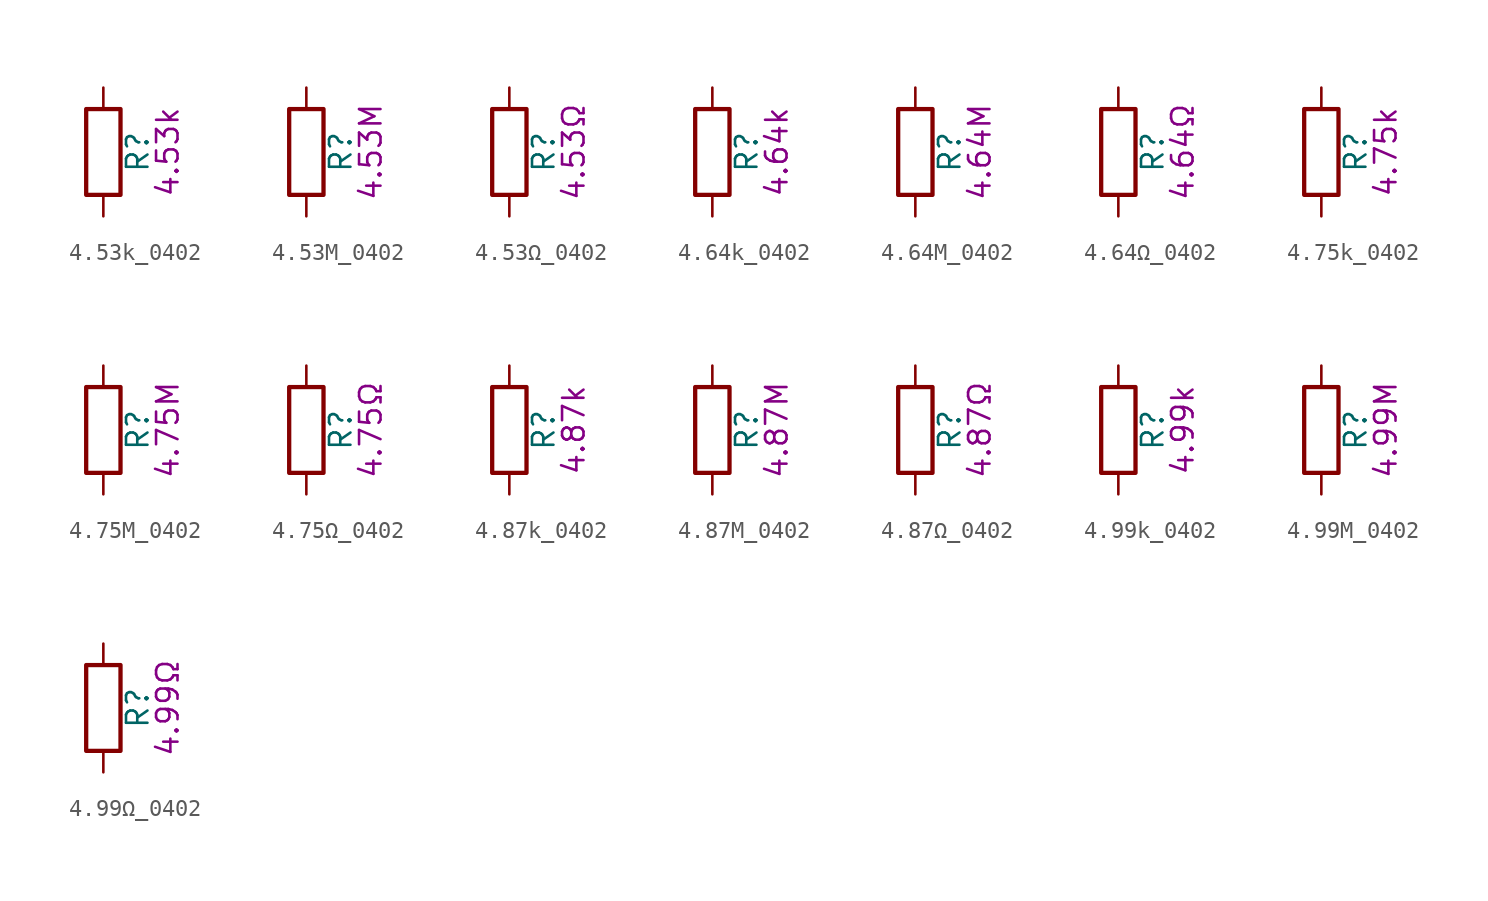
<source format=kicad_sym>
(kicad_symbol_lib
  (version 20211014)
  (generator kicad_symbol_editor)
  (symbol "4.53k_0402"
    (pin_numbers hide)
    (pin_names
      (offset 0))
    (property "Reference" "R"
      (at 2.032 0 90)
      (effects (font (size 1.27 1.27))))
    (property "Display" "4.53k"
      (at 3.81 0 90)
      (effects (font (size 1.27 1.27))))
    (symbol "4.53k_0402_0_1"
      (rectangle (start -1.016 -2.54) (end 1.016 2.54) (stroke (width 0.254) (type default) (color 0 0 0 0)) (fill (type none))))
    (symbol "4.53k_0402_1_1"
      (pin passive line (at 0 3.81 270) (length 1.27) (name "~" (effects (font (size 1.27 1.27)))) (number "1" (effects (font (size 1.27 1.27)))))
      (pin passive line (at 0 -3.81 90) (length 1.27) (name "~" (effects (font (size 1.27 1.27)))) (number "2" (effects (font (size 1.27 1.27)))))))
  (symbol "4.53M_0402"
    (pin_numbers hide)
    (pin_names
      (offset 0))
    (property "Reference" "R"
      (at 2.032 0 90)
      (effects (font (size 1.27 1.27))))
    (property "Display" "4.53M"
      (at 3.81 0 90)
      (effects (font (size 1.27 1.27))))
    (symbol "4.53M_0402_0_1"
      (rectangle (start -1.016 -2.54) (end 1.016 2.54) (stroke (width 0.254) (type default) (color 0 0 0 0)) (fill (type none))))
    (symbol "4.53M_0402_1_1"
      (pin passive line (at 0 3.81 270) (length 1.27) (name "~" (effects (font (size 1.27 1.27)))) (number "1" (effects (font (size 1.27 1.27)))))
      (pin passive line (at 0 -3.81 90) (length 1.27) (name "~" (effects (font (size 1.27 1.27)))) (number "2" (effects (font (size 1.27 1.27)))))))
  (symbol "4.53Ω_0402"
    (pin_numbers hide)
    (pin_names
      (offset 0))
    (property "Reference" "R"
      (at 2.032 0 90)
      (effects (font (size 1.27 1.27))))
    (property "Display" "4.53Ω"
      (at 3.81 0 90)
      (effects (font (size 1.27 1.27))))
    (symbol "4.53Ω_0402_0_1"
      (rectangle (start -1.016 -2.54) (end 1.016 2.54) (stroke (width 0.254) (type default) (color 0 0 0 0)) (fill (type none))))
    (symbol "4.53Ω_0402_1_1"
      (pin passive line (at 0 3.81 270) (length 1.27) (name "~" (effects (font (size 1.27 1.27)))) (number "1" (effects (font (size 1.27 1.27)))))
      (pin passive line (at 0 -3.81 90) (length 1.27) (name "~" (effects (font (size 1.27 1.27)))) (number "2" (effects (font (size 1.27 1.27)))))))
  (symbol "4.64k_0402"
    (pin_numbers hide)
    (pin_names
      (offset 0))
    (property "Reference" "R"
      (at 2.032 0 90)
      (effects (font (size 1.27 1.27))))
    (property "Display" "4.64k"
      (at 3.81 0 90)
      (effects (font (size 1.27 1.27))))
    (symbol "4.64k_0402_0_1"
      (rectangle (start -1.016 -2.54) (end 1.016 2.54) (stroke (width 0.254) (type default) (color 0 0 0 0)) (fill (type none))))
    (symbol "4.64k_0402_1_1"
      (pin passive line (at 0 3.81 270) (length 1.27) (name "~" (effects (font (size 1.27 1.27)))) (number "1" (effects (font (size 1.27 1.27)))))
      (pin passive line (at 0 -3.81 90) (length 1.27) (name "~" (effects (font (size 1.27 1.27)))) (number "2" (effects (font (size 1.27 1.27)))))))
  (symbol "4.64M_0402"
    (pin_numbers hide)
    (pin_names
      (offset 0))
    (property "Reference" "R"
      (at 2.032 0 90)
      (effects (font (size 1.27 1.27))))
    (property "Display" "4.64M"
      (at 3.81 0 90)
      (effects (font (size 1.27 1.27))))
    (symbol "4.64M_0402_0_1"
      (rectangle (start -1.016 -2.54) (end 1.016 2.54) (stroke (width 0.254) (type default) (color 0 0 0 0)) (fill (type none))))
    (symbol "4.64M_0402_1_1"
      (pin passive line (at 0 3.81 270) (length 1.27) (name "~" (effects (font (size 1.27 1.27)))) (number "1" (effects (font (size 1.27 1.27)))))
      (pin passive line (at 0 -3.81 90) (length 1.27) (name "~" (effects (font (size 1.27 1.27)))) (number "2" (effects (font (size 1.27 1.27)))))))
  (symbol "4.64Ω_0402"
    (pin_numbers hide)
    (pin_names
      (offset 0))
    (property "Reference" "R"
      (at 2.032 0 90)
      (effects (font (size 1.27 1.27))))
    (property "Display" "4.64Ω"
      (at 3.81 0 90)
      (effects (font (size 1.27 1.27))))
    (symbol "4.64Ω_0402_0_1"
      (rectangle (start -1.016 -2.54) (end 1.016 2.54) (stroke (width 0.254) (type default) (color 0 0 0 0)) (fill (type none))))
    (symbol "4.64Ω_0402_1_1"
      (pin passive line (at 0 3.81 270) (length 1.27) (name "~" (effects (font (size 1.27 1.27)))) (number "1" (effects (font (size 1.27 1.27)))))
      (pin passive line (at 0 -3.81 90) (length 1.27) (name "~" (effects (font (size 1.27 1.27)))) (number "2" (effects (font (size 1.27 1.27)))))))
  (symbol "4.75k_0402"
    (pin_numbers hide)
    (pin_names
      (offset 0))
    (property "Reference" "R"
      (at 2.032 0 90)
      (effects (font (size 1.27 1.27))))
    (property "Display" "4.75k"
      (at 3.81 0 90)
      (effects (font (size 1.27 1.27))))
    (symbol "4.75k_0402_0_1"
      (rectangle (start -1.016 -2.54) (end 1.016 2.54) (stroke (width 0.254) (type default) (color 0 0 0 0)) (fill (type none))))
    (symbol "4.75k_0402_1_1"
      (pin passive line (at 0 3.81 270) (length 1.27) (name "~" (effects (font (size 1.27 1.27)))) (number "1" (effects (font (size 1.27 1.27)))))
      (pin passive line (at 0 -3.81 90) (length 1.27) (name "~" (effects (font (size 1.27 1.27)))) (number "2" (effects (font (size 1.27 1.27)))))))
  (symbol "4.75M_0402"
    (pin_numbers hide)
    (pin_names
      (offset 0))
    (property "Reference" "R"
      (at 2.032 0 90)
      (effects (font (size 1.27 1.27))))
    (property "Display" "4.75M"
      (at 3.81 0 90)
      (effects (font (size 1.27 1.27))))
    (symbol "4.75M_0402_0_1"
      (rectangle (start -1.016 -2.54) (end 1.016 2.54) (stroke (width 0.254) (type default) (color 0 0 0 0)) (fill (type none))))
    (symbol "4.75M_0402_1_1"
      (pin passive line (at 0 3.81 270) (length 1.27) (name "~" (effects (font (size 1.27 1.27)))) (number "1" (effects (font (size 1.27 1.27)))))
      (pin passive line (at 0 -3.81 90) (length 1.27) (name "~" (effects (font (size 1.27 1.27)))) (number "2" (effects (font (size 1.27 1.27)))))))
  (symbol "4.75Ω_0402"
    (pin_numbers hide)
    (pin_names
      (offset 0))
    (property "Reference" "R"
      (at 2.032 0 90)
      (effects (font (size 1.27 1.27))))
    (property "Display" "4.75Ω"
      (at 3.81 0 90)
      (effects (font (size 1.27 1.27))))
    (symbol "4.75Ω_0402_0_1"
      (rectangle (start -1.016 -2.54) (end 1.016 2.54) (stroke (width 0.254) (type default) (color 0 0 0 0)) (fill (type none))))
    (symbol "4.75Ω_0402_1_1"
      (pin passive line (at 0 3.81 270) (length 1.27) (name "~" (effects (font (size 1.27 1.27)))) (number "1" (effects (font (size 1.27 1.27)))))
      (pin passive line (at 0 -3.81 90) (length 1.27) (name "~" (effects (font (size 1.27 1.27)))) (number "2" (effects (font (size 1.27 1.27)))))))
  (symbol "4.87k_0402"
    (pin_numbers hide)
    (pin_names
      (offset 0))
    (property "Reference" "R"
      (at 2.032 0 90)
      (effects (font (size 1.27 1.27))))
    (property "Display" "4.87k"
      (at 3.81 0 90)
      (effects (font (size 1.27 1.27))))
    (symbol "4.87k_0402_0_1"
      (rectangle (start -1.016 -2.54) (end 1.016 2.54) (stroke (width 0.254) (type default) (color 0 0 0 0)) (fill (type none))))
    (symbol "4.87k_0402_1_1"
      (pin passive line (at 0 3.81 270) (length 1.27) (name "~" (effects (font (size 1.27 1.27)))) (number "1" (effects (font (size 1.27 1.27)))))
      (pin passive line (at 0 -3.81 90) (length 1.27) (name "~" (effects (font (size 1.27 1.27)))) (number "2" (effects (font (size 1.27 1.27)))))))
  (symbol "4.87M_0402"
    (pin_numbers hide)
    (pin_names
      (offset 0))
    (property "Reference" "R"
      (at 2.032 0 90)
      (effects (font (size 1.27 1.27))))
    (property "Display" "4.87M"
      (at 3.81 0 90)
      (effects (font (size 1.27 1.27))))
    (symbol "4.87M_0402_0_1"
      (rectangle (start -1.016 -2.54) (end 1.016 2.54) (stroke (width 0.254) (type default) (color 0 0 0 0)) (fill (type none))))
    (symbol "4.87M_0402_1_1"
      (pin passive line (at 0 3.81 270) (length 1.27) (name "~" (effects (font (size 1.27 1.27)))) (number "1" (effects (font (size 1.27 1.27)))))
      (pin passive line (at 0 -3.81 90) (length 1.27) (name "~" (effects (font (size 1.27 1.27)))) (number "2" (effects (font (size 1.27 1.27)))))))
  (symbol "4.87Ω_0402"
    (pin_numbers hide)
    (pin_names
      (offset 0))
    (property "Reference" "R"
      (at 2.032 0 90)
      (effects (font (size 1.27 1.27))))
    (property "Display" "4.87Ω"
      (at 3.81 0 90)
      (effects (font (size 1.27 1.27))))
    (symbol "4.87Ω_0402_0_1"
      (rectangle (start -1.016 -2.54) (end 1.016 2.54) (stroke (width 0.254) (type default) (color 0 0 0 0)) (fill (type none))))
    (symbol "4.87Ω_0402_1_1"
      (pin passive line (at 0 3.81 270) (length 1.27) (name "~" (effects (font (size 1.27 1.27)))) (number "1" (effects (font (size 1.27 1.27)))))
      (pin passive line (at 0 -3.81 90) (length 1.27) (name "~" (effects (font (size 1.27 1.27)))) (number "2" (effects (font (size 1.27 1.27)))))))
  (symbol "4.99k_0402"
    (pin_numbers hide)
    (pin_names
      (offset 0))
    (property "Reference" "R"
      (at 2.032 0 90)
      (effects (font (size 1.27 1.27))))
    (property "Display" "4.99k"
      (at 3.81 0 90)
      (effects (font (size 1.27 1.27))))
    (symbol "4.99k_0402_0_1"
      (rectangle (start -1.016 -2.54) (end 1.016 2.54) (stroke (width 0.254) (type default) (color 0 0 0 0)) (fill (type none))))
    (symbol "4.99k_0402_1_1"
      (pin passive line (at 0 3.81 270) (length 1.27) (name "~" (effects (font (size 1.27 1.27)))) (number "1" (effects (font (size 1.27 1.27)))))
      (pin passive line (at 0 -3.81 90) (length 1.27) (name "~" (effects (font (size 1.27 1.27)))) (number "2" (effects (font (size 1.27 1.27)))))))
  (symbol "4.99M_0402"
    (pin_numbers hide)
    (pin_names
      (offset 0))
    (property "Reference" "R"
      (at 2.032 0 90)
      (effects (font (size 1.27 1.27))))
    (property "Display" "4.99M"
      (at 3.81 0 90)
      (effects (font (size 1.27 1.27))))
    (symbol "4.99M_0402_0_1"
      (rectangle (start -1.016 -2.54) (end 1.016 2.54) (stroke (width 0.254) (type default) (color 0 0 0 0)) (fill (type none))))
    (symbol "4.99M_0402_1_1"
      (pin passive line (at 0 3.81 270) (length 1.27) (name "~" (effects (font (size 1.27 1.27)))) (number "1" (effects (font (size 1.27 1.27)))))
      (pin passive line (at 0 -3.81 90) (length 1.27) (name "~" (effects (font (size 1.27 1.27)))) (number "2" (effects (font (size 1.27 1.27)))))))
  (symbol "4.99Ω_0402"
    (pin_numbers hide)
    (pin_names
      (offset 0))
    (property "Reference" "R"
      (at 2.032 0 90)
      (effects (font (size 1.27 1.27))))
    (property "Display" "4.99Ω"
      (at 3.81 0 90)
      (effects (font (size 1.27 1.27))))
    (symbol "4.99Ω_0402_0_1"
      (rectangle (start -1.016 -2.54) (end 1.016 2.54) (stroke (width 0.254) (type default) (color 0 0 0 0)) (fill (type none))))
    (symbol "4.99Ω_0402_1_1"
      (pin passive line (at 0 3.81 270) (length 1.27) (name "~" (effects (font (size 1.27 1.27)))) (number "1" (effects (font (size 1.27 1.27)))))
      (pin passive line (at 0 -3.81 90) (length 1.27) (name "~" (effects (font (size 1.27 1.27)))) (number "2" (effects (font (size 1.27 1.27))))))))
</source>
